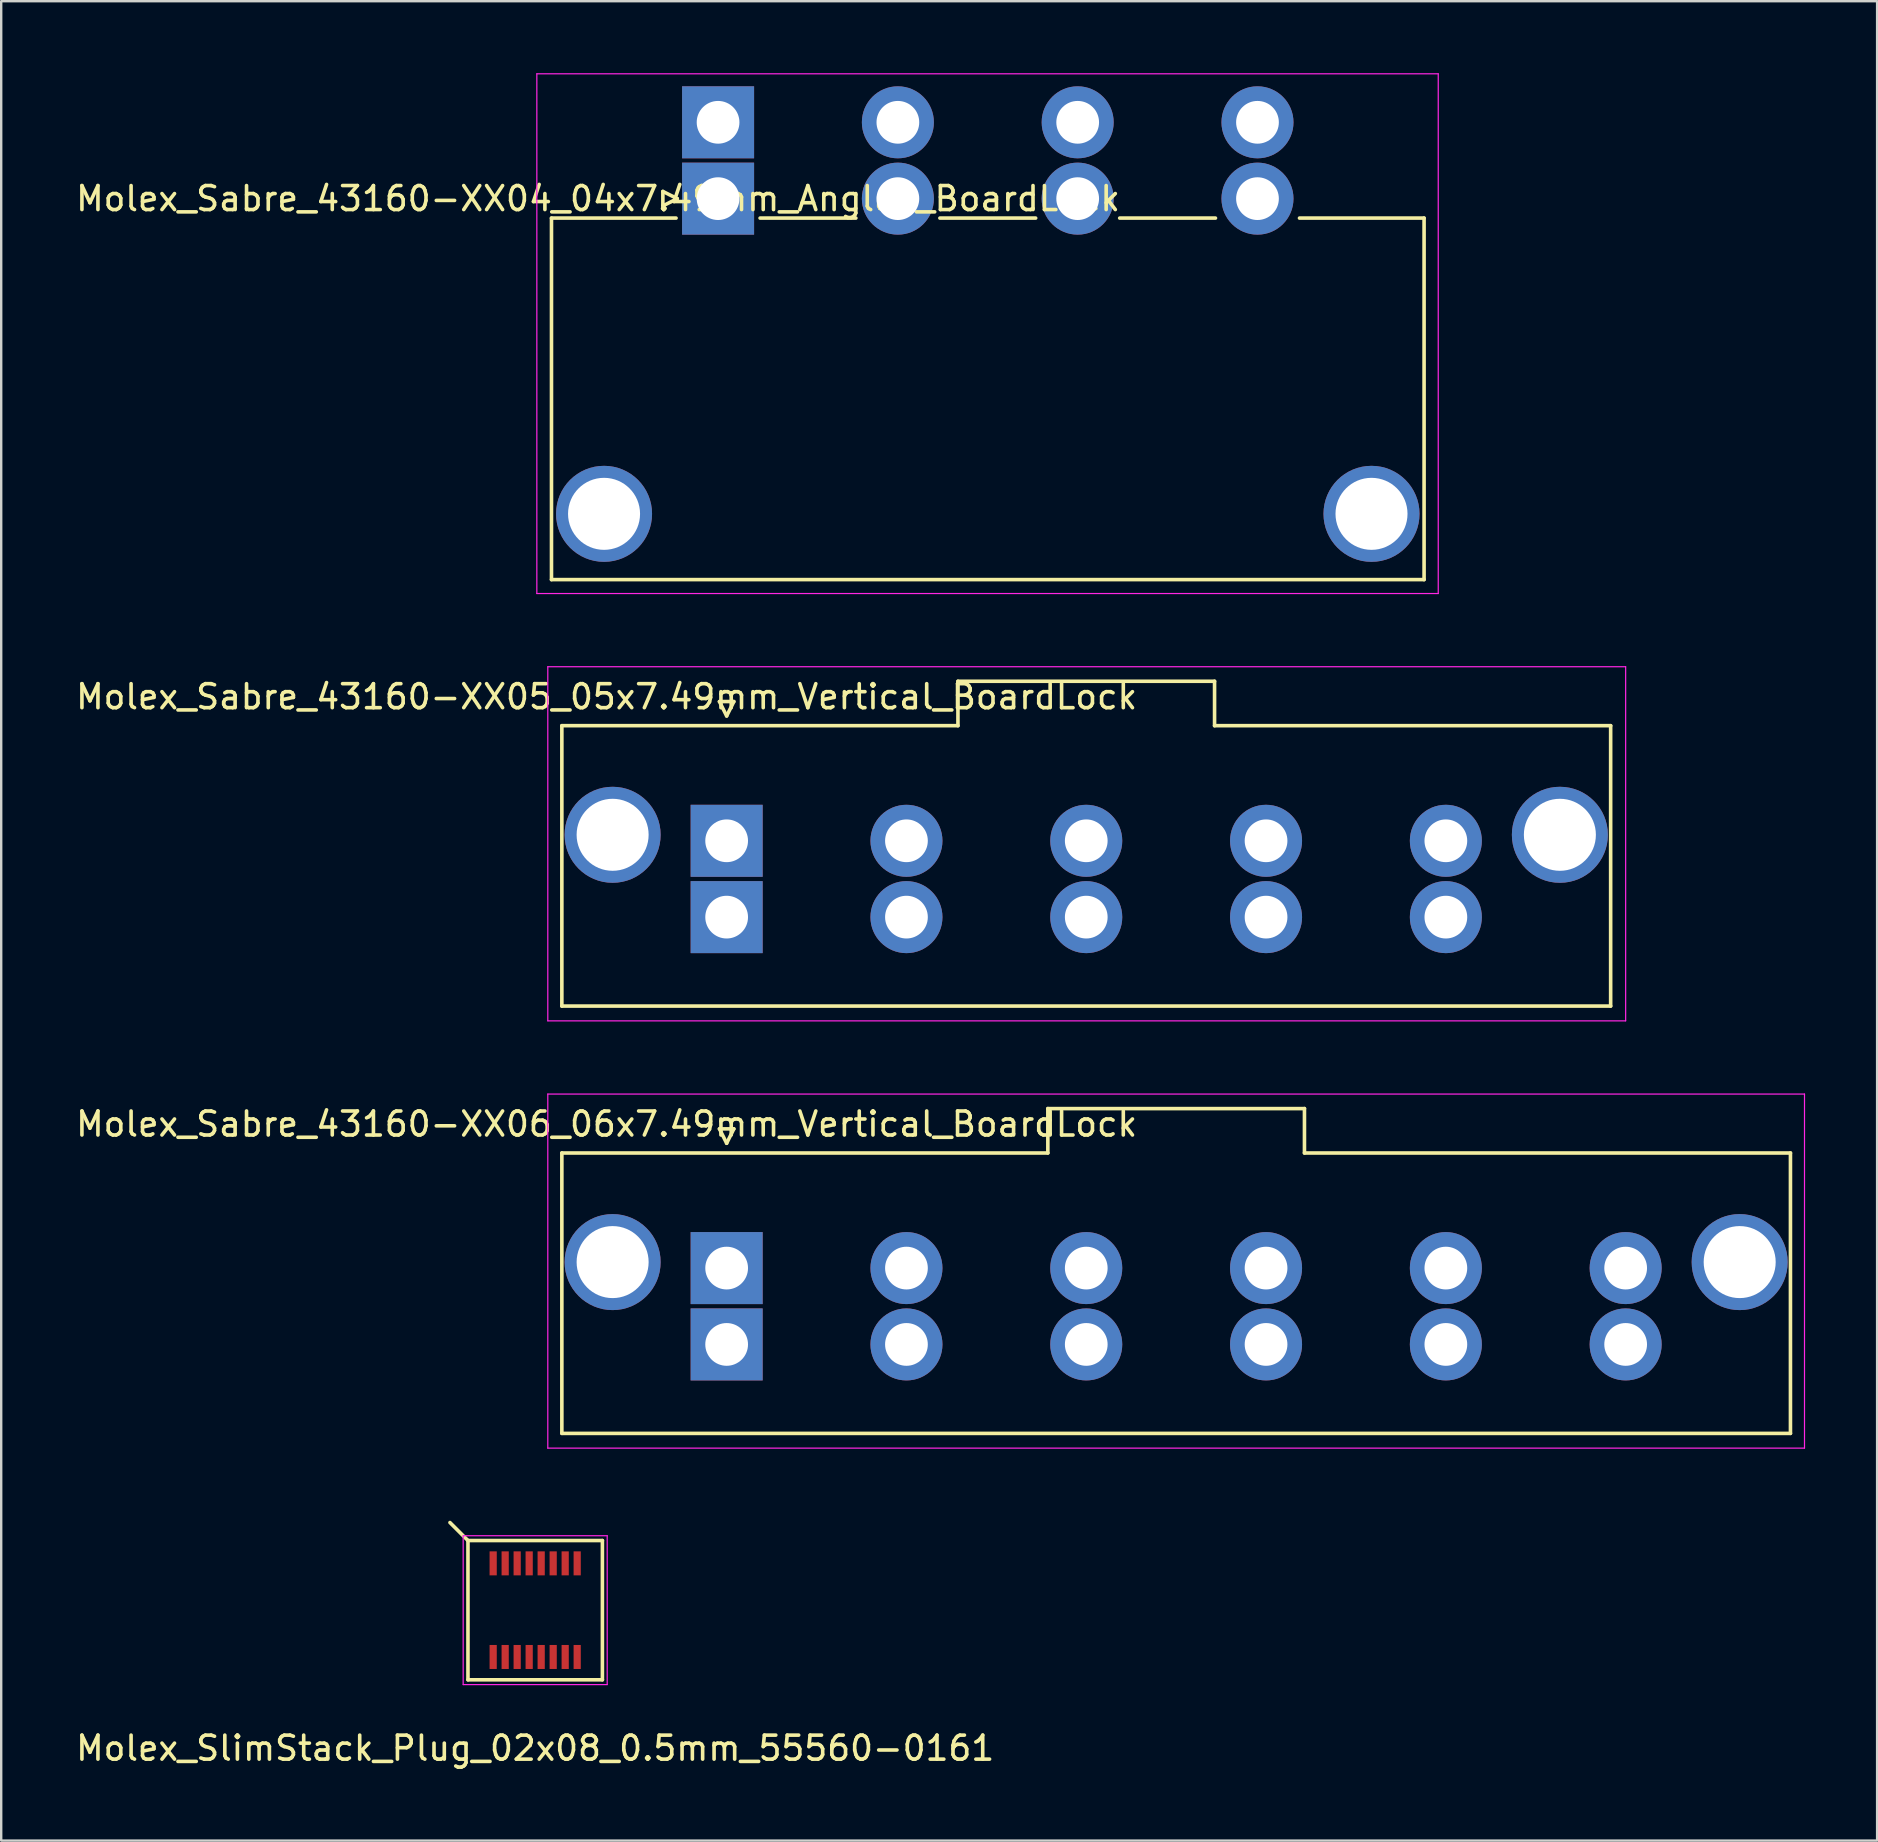
<source format=kicad_pcb>
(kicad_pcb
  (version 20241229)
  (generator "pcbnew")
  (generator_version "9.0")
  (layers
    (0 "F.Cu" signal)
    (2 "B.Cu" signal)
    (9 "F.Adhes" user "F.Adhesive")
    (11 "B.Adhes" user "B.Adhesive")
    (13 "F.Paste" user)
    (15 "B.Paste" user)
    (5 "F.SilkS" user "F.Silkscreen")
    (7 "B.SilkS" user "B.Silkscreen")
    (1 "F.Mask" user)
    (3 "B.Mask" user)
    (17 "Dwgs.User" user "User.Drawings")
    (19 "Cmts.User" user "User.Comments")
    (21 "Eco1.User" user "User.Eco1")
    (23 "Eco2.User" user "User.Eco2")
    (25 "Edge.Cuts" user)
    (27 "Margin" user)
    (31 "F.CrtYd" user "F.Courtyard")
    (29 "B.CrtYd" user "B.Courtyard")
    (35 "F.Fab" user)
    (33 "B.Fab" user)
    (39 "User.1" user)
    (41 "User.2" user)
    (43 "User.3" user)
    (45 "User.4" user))
  (footprint "Molex_Sabre_43160-XX04_04x7.49mm_Angled_BoardLock"
    (layer "F.Cu")
    (at 26.863 5.225)
    (property "Reference" "Molex_Sabre_43160-XX04_04x7.49mm_Angled_BoardLock" (at -5 0 0) (layer "F.SilkS") (effects (font (size 1 1) (thickness 0.15))))
    (attr through_hole)
    (fp_line (start -6.94 0.81) (end -6.94 15.87) (stroke (width 0.15) (type solid)) (layer "F.SilkS"))
    (fp_line (start -6.94 0.81) (end -1.75 0.81) (stroke (width 0.15) (type solid)) (layer "F.SilkS"))
    (fp_line (start -6.94 15.87) (end 29.41 15.87) (stroke (width 0.15) (type solid)) (layer "F.SilkS"))
    (fp_line (start -2.3 -0.3) (end -1.7 0) (stroke (width 0.15) (type solid)) (layer "F.SilkS"))
    (fp_line (start -2.3 0.3) (end -2.3 -0.3) (stroke (width 0.15) (type solid)) (layer "F.SilkS"))
    (fp_line (start -1.7 0) (end -2.3 0.3) (stroke (width 0.15) (type solid)) (layer "F.SilkS"))
    (fp_line (start 1.75 0.81) (end 5.74 0.81) (stroke (width 0.15) (type solid)) (layer "F.SilkS"))
    (fp_line (start 9.24 0.81) (end 13.23 0.81) (stroke (width 0.15) (type solid)) (layer "F.SilkS"))
    (fp_line (start 16.73 0.81) (end 20.72 0.81) (stroke (width 0.15) (type solid)) (layer "F.SilkS"))
    (fp_line (start 24.22 0.81) (end 29.41 0.81) (stroke (width 0.15) (type solid)) (layer "F.SilkS"))
    (fp_line (start 29.41 15.87) (end 29.41 0.81) (stroke (width 0.15) (type solid)) (layer "F.SilkS"))
    (fp_line (start -7.55 -5.2) (end -7.55 16.45) (stroke (width 0.05) (type solid)) (layer "F.CrtYd"))
    (fp_line (start -7.55 16.45) (end 30 16.45) (stroke (width 0.05) (type solid)) (layer "F.CrtYd"))
    (fp_line (start 30 -5.2) (end -7.55 -5.2) (stroke (width 0.05) (type solid)) (layer "F.CrtYd"))
    (fp_line (start 30 16.45) (end 30 -5.2) (stroke (width 0.05) (type solid)) (layer "F.CrtYd"))
    (pad "" thru_hole circle (at -4.75 13.13) (size 4 4) (drill 3) (layers "*.Cu" "*.Mask"))
    (pad "" thru_hole circle (at 27.22 13.13) (size 4 4) (drill 3) (layers "*.Cu" "*.Mask"))
    (pad "1" thru_hole rect (at 0 -3.18) (size 3 3) (drill 1.78) (layers "*.Cu" "*.Mask"))
    (pad "1" thru_hole rect (at 0 0) (size 3 3) (drill 1.78) (layers "*.Cu" "*.Mask"))
    (pad "2" thru_hole circle (at 7.49 -3.18) (size 3 3) (drill 1.78) (layers "*.Cu" "*.Mask"))
    (pad "2" thru_hole circle (at 7.49 0) (size 3 3) (drill 1.78) (layers "*.Cu" "*.Mask"))
    (pad "3" thru_hole circle (at 14.98 -3.18) (size 3 3) (drill 1.78) (layers "*.Cu" "*.Mask"))
    (pad "3" thru_hole circle (at 14.98 0) (size 3 3) (drill 1.78) (layers "*.Cu" "*.Mask"))
    (pad "4" thru_hole circle (at 22.47 -3.18) (size 3 3) (drill 1.78) (layers "*.Cu" "*.Mask"))
    (pad "4" thru_hole circle (at 22.47 0) (size 3 3) (drill 1.78) (layers "*.Cu" "*.Mask")))
  (footprint "Molex_Sabre_43160-XX05_05x7.49mm_Vertical_BoardLock"
    (layer "F.Cu")
    (at 27.22 31.975)
    (property "Reference" "Molex_Sabre_43160-XX05_05x7.49mm_Vertical_BoardLock" (at -5 -6 0) (layer "F.SilkS") (effects (font (size 1 1) (thickness 0.15))))
    (attr through_hole)
    (fp_line (start -6.865 -4.795) (end 9.635 -4.795) (stroke (width 0.15) (type solid)) (layer "F.SilkS"))
    (fp_line (start -6.865 6.885) (end -6.865 -4.795) (stroke (width 0.15) (type solid)) (layer "F.SilkS"))
    (fp_line (start -0.3 -5.8) (end 0 -5.2) (stroke (width 0.15) (type solid)) (layer "F.SilkS"))
    (fp_line (start 0 -5.2) (end 0.3 -5.8) (stroke (width 0.15) (type solid)) (layer "F.SilkS"))
    (fp_line (start 0.3 -5.8) (end -0.3 -5.8) (stroke (width 0.15) (type solid)) (layer "F.SilkS"))
    (fp_line (start 9.635 -6.645) (end 20.325 -6.645) (stroke (width 0.15) (type solid)) (layer "F.SilkS"))
    (fp_line (start 9.635 -4.795) (end 9.635 -6.645) (stroke (width 0.15) (type solid)) (layer "F.SilkS"))
    (fp_line (start 20.325 -6.645) (end 20.325 -4.795) (stroke (width 0.15) (type solid)) (layer "F.SilkS"))
    (fp_line (start 20.325 -4.795) (end 36.825 -4.795) (stroke (width 0.15) (type solid)) (layer "F.SilkS"))
    (fp_line (start 36.825 -4.795) (end 36.825 6.885) (stroke (width 0.15) (type solid)) (layer "F.SilkS"))
    (fp_line (start 36.825 6.885) (end -6.865 6.885) (stroke (width 0.15) (type solid)) (layer "F.SilkS"))
    (fp_line (start -7.45 -7.25) (end -7.45 7.5) (stroke (width 0.05) (type solid)) (layer "F.CrtYd"))
    (fp_line (start -7.45 7.5) (end 37.45 7.5) (stroke (width 0.05) (type solid)) (layer "F.CrtYd"))
    (fp_line (start 37.45 -7.25) (end -7.45 -7.25) (stroke (width 0.05) (type solid)) (layer "F.CrtYd"))
    (fp_line (start 37.45 7.5) (end 37.45 -7.25) (stroke (width 0.05) (type solid)) (layer "F.CrtYd"))
    (pad "" thru_hole circle (at -4.75 -0.25) (size 4 4) (drill 3) (layers "*.Cu" "*.Mask"))
    (pad "" thru_hole circle (at 34.71 -0.25) (size 4 4) (drill 3) (layers "*.Cu" "*.Mask"))
    (pad "1" thru_hole rect (at 0 0) (size 3 3) (drill 1.78) (layers "*.Cu" "*.Mask"))
    (pad "1" thru_hole rect (at 0 3.18) (size 3 3) (drill 1.78) (layers "*.Cu" "*.Mask"))
    (pad "2" thru_hole circle (at 7.49 0) (size 3 3) (drill 1.78) (layers "*.Cu" "*.Mask"))
    (pad "2" thru_hole circle (at 7.49 3.18) (size 3 3) (drill 1.78) (layers "*.Cu" "*.Mask"))
    (pad "3" thru_hole circle (at 14.98 0) (size 3 3) (drill 1.78) (layers "*.Cu" "*.Mask"))
    (pad "3" thru_hole circle (at 14.98 3.18) (size 3 3) (drill 1.78) (layers "*.Cu" "*.Mask"))
    (pad "4" thru_hole circle (at 22.47 0) (size 3 3) (drill 1.78) (layers "*.Cu" "*.Mask"))
    (pad "4" thru_hole circle (at 22.47 3.18) (size 3 3) (drill 1.78) (layers "*.Cu" "*.Mask"))
    (pad "5" thru_hole circle (at 29.96 0) (size 3 3) (drill 1.78) (layers "*.Cu" "*.Mask"))
    (pad "5" thru_hole circle (at 29.96 3.18) (size 3 3) (drill 1.78) (layers "*.Cu" "*.Mask")))
  (footprint "Molex_SlimStack_Plug_02x08_0.5mm_55560-0161"
    (layer "F.Cu")
    (at 19.244 64.025)
    (property "Reference" "Molex_SlimStack_Plug_02x08_0.5mm_55560-0161" (at 0 5.75 0) (layer "F.SilkS") (effects (font (size 1 1) (thickness 0.15))))
    (attr smd)
    (fp_line (start -2.8 -2.9) (end -3.55 -3.65) (stroke (width 0.15) (type solid)) (layer "F.SilkS"))
    (fp_line (start -2.8 -2.9) (end -2.8 2.9) (stroke (width 0.15) (type solid)) (layer "F.SilkS"))
    (fp_line (start -2.8 2.9) (end 2.8 2.9) (stroke (width 0.15) (type solid)) (layer "F.SilkS"))
    (fp_line (start 2.8 -2.9) (end -2.8 -2.9) (stroke (width 0.15) (type solid)) (layer "F.SilkS"))
    (fp_line (start 2.8 2.9) (end 2.8 -2.9) (stroke (width 0.15) (type solid)) (layer "F.SilkS"))
    (fp_line (start -3 -3.1) (end -3 3.1) (stroke (width 0.05) (type solid)) (layer "F.CrtYd"))
    (fp_line (start -3 3.1) (end 3 3.1) (stroke (width 0.05) (type solid)) (layer "F.CrtYd"))
    (fp_line (start 3 -3.1) (end -3 -3.1) (stroke (width 0.05) (type solid)) (layer "F.CrtYd"))
    (fp_line (start 3 3.1) (end 3 -3.1) (stroke (width 0.05) (type solid)) (layer "F.CrtYd"))
    (pad "1" smd rect (at -1.75 -1.95) (size 0.3 1) (layers "F.Cu" "F.Mask" "F.Paste"))
    (pad "2" smd rect (at -1.75 1.95) (size 0.3 1) (layers "F.Cu" "F.Mask" "F.Paste"))
    (pad "3" smd rect (at -1.25 -1.95) (size 0.3 1) (layers "F.Cu" "F.Mask" "F.Paste"))
    (pad "4" smd rect (at -1.25 1.95) (size 0.3 1) (layers "F.Cu" "F.Mask" "F.Paste"))
    (pad "5" smd rect (at -0.75 -1.95) (size 0.3 1) (layers "F.Cu" "F.Mask" "F.Paste"))
    (pad "6" smd rect (at -0.75 1.95) (size 0.3 1) (layers "F.Cu" "F.Mask" "F.Paste"))
    (pad "7" smd rect (at -0.25 -1.95) (size 0.3 1) (layers "F.Cu" "F.Mask" "F.Paste"))
    (pad "8" smd rect (at -0.25 1.95) (size 0.3 1) (layers "F.Cu" "F.Mask" "F.Paste"))
    (pad "9" smd rect (at 0.25 -1.95) (size 0.3 1) (layers "F.Cu" "F.Mask" "F.Paste"))
    (pad "10" smd rect (at 0.25 1.95) (size 0.3 1) (layers "F.Cu" "F.Mask" "F.Paste"))
    (pad "11" smd rect (at 0.75 -1.95) (size 0.3 1) (layers "F.Cu" "F.Mask" "F.Paste"))
    (pad "12" smd rect (at 0.75 1.95) (size 0.3 1) (layers "F.Cu" "F.Mask" "F.Paste"))
    (pad "13" smd rect (at 1.25 -1.95) (size 0.3 1) (layers "F.Cu" "F.Mask" "F.Paste"))
    (pad "14" smd rect (at 1.25 1.95) (size 0.3 1) (layers "F.Cu" "F.Mask" "F.Paste"))
    (pad "15" smd rect (at 1.75 -1.95) (size 0.3 1) (layers "F.Cu" "F.Mask" "F.Paste"))
    (pad "16" smd rect (at 1.75 1.95) (size 0.3 1) (layers "F.Cu" "F.Mask" "F.Paste")))
  (footprint "Molex_Sabre_43160-XX06_06x7.49mm_Vertical_BoardLock"
    (layer "F.Cu")
    (at 27.22 49.775)
    (property "Reference" "Molex_Sabre_43160-XX06_06x7.49mm_Vertical_BoardLock" (at -5 -6 0) (layer "F.SilkS") (effects (font (size 1 1) (thickness 0.15))))
    (attr through_hole)
    (fp_line (start -6.865 -4.795) (end 13.38 -4.795) (stroke (width 0.15) (type solid)) (layer "F.SilkS"))
    (fp_line (start -6.865 6.885) (end -6.865 -4.795) (stroke (width 0.15) (type solid)) (layer "F.SilkS"))
    (fp_line (start -0.3 -5.8) (end 0 -5.2) (stroke (width 0.15) (type solid)) (layer "F.SilkS"))
    (fp_line (start 0 -5.2) (end 0.3 -5.8) (stroke (width 0.15) (type solid)) (layer "F.SilkS"))
    (fp_line (start 0.3 -5.8) (end -0.3 -5.8) (stroke (width 0.15) (type solid)) (layer "F.SilkS"))
    (fp_line (start 13.38 -6.645) (end 24.07 -6.645) (stroke (width 0.15) (type solid)) (layer "F.SilkS"))
    (fp_line (start 13.38 -4.795) (end 13.38 -6.645) (stroke (width 0.15) (type solid)) (layer "F.SilkS"))
    (fp_line (start 24.07 -6.645) (end 24.07 -4.795) (stroke (width 0.15) (type solid)) (layer "F.SilkS"))
    (fp_line (start 24.07 -4.795) (end 44.315 -4.795) (stroke (width 0.15) (type solid)) (layer "F.SilkS"))
    (fp_line (start 44.315 -4.795) (end 44.315 6.885) (stroke (width 0.15) (type solid)) (layer "F.SilkS"))
    (fp_line (start 44.315 6.885) (end -6.865 6.885) (stroke (width 0.15) (type solid)) (layer "F.SilkS"))
    (fp_line (start -7.45 -7.25) (end -7.45 7.5) (stroke (width 0.05) (type solid)) (layer "F.CrtYd"))
    (fp_line (start -7.45 7.5) (end 44.9 7.5) (stroke (width 0.05) (type solid)) (layer "F.CrtYd"))
    (fp_line (start 44.9 -7.25) (end -7.45 -7.25) (stroke (width 0.05) (type solid)) (layer "F.CrtYd"))
    (fp_line (start 44.9 7.5) (end 44.9 -7.25) (stroke (width 0.05) (type solid)) (layer "F.CrtYd"))
    (pad "" thru_hole circle (at -4.75 -0.25) (size 4 4) (drill 3) (layers "*.Cu" "*.Mask"))
    (pad "" thru_hole circle (at 42.2 -0.25) (size 4 4) (drill 3) (layers "*.Cu" "*.Mask"))
    (pad "1" thru_hole rect (at 0 0) (size 3 3) (drill 1.78) (layers "*.Cu" "*.Mask"))
    (pad "1" thru_hole rect (at 0 3.18) (size 3 3) (drill 1.78) (layers "*.Cu" "*.Mask"))
    (pad "2" thru_hole circle (at 7.49 0) (size 3 3) (drill 1.78) (layers "*.Cu" "*.Mask"))
    (pad "2" thru_hole circle (at 7.49 3.18) (size 3 3) (drill 1.78) (layers "*.Cu" "*.Mask"))
    (pad "3" thru_hole circle (at 14.98 0) (size 3 3) (drill 1.78) (layers "*.Cu" "*.Mask"))
    (pad "3" thru_hole circle (at 14.98 3.18) (size 3 3) (drill 1.78) (layers "*.Cu" "*.Mask"))
    (pad "4" thru_hole circle (at 22.47 0) (size 3 3) (drill 1.78) (layers "*.Cu" "*.Mask"))
    (pad "4" thru_hole circle (at 22.47 3.18) (size 3 3) (drill 1.78) (layers "*.Cu" "*.Mask"))
    (pad "5" thru_hole circle (at 29.96 0) (size 3 3) (drill 1.78) (layers "*.Cu" "*.Mask"))
    (pad "5" thru_hole circle (at 29.96 3.18) (size 3 3) (drill 1.78) (layers "*.Cu" "*.Mask"))
    (pad "6" thru_hole circle (at 37.45 0) (size 3 3) (drill 1.78) (layers "*.Cu" "*.Mask"))
    (pad "6" thru_hole circle (at 37.45 3.18) (size 3 3) (drill 1.78) (layers "*.Cu" "*.Mask")))
  (gr_rect
    (start -3 -3)
    (end 75.145 73.623)
    (stroke (width 0.1) (type default))
    (fill no)
    (layer "Edge.Cuts")))
</source>
